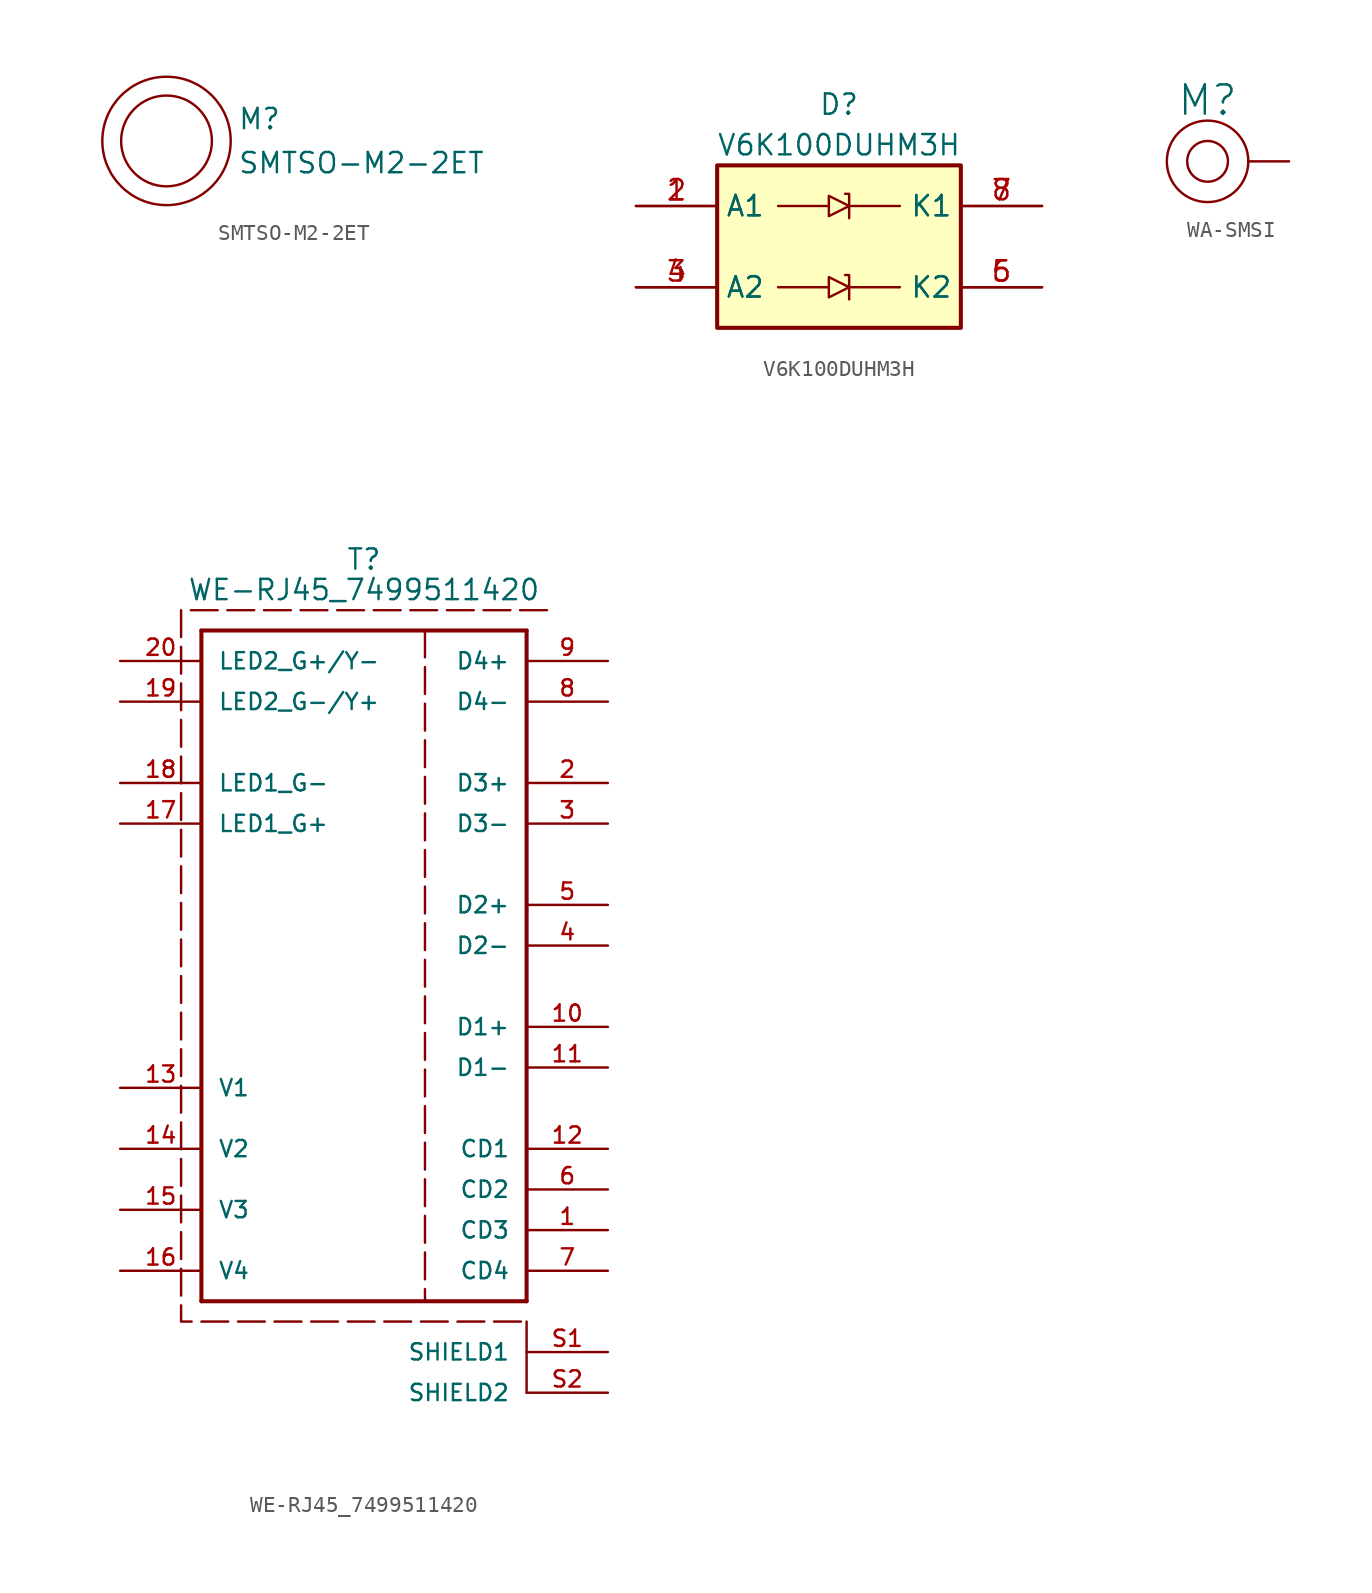
<source format=kicad_sym>
(kicad_symbol_lib
  (version 20241209)
  (generator "kicad_symbol_editor")
  (generator_version "9.0")
  (symbol "SMTSO-M2-2ET"
    (pin_numbers
      (hide yes))
    (pin_names
      (offset 0)
      (hide yes))
    (property "Reference" "M"
      (at 4.445 0.635 0)
      (effects (font (size 1.27 1.27)) (justify left bottom)))
    (property "Value" "SMTSO-M2-2ET"
      (at 4.445 -0.635 0)
      (effects (font (size 1.27 1.27)) (justify left top)))
    (symbol "SMTSO-M2-2ET_0_1"
      (circle (center 0 0) (radius 2.84) (stroke (width 0) (type default)) (fill (type none)))
      (circle (center 0 0) (radius 4.016) (stroke (width 0) (type default)) (fill (type none)))))
  (symbol "V6K100DUHM3H"
    (property "Reference" "D"
      (at 0 8.89 0)
      (effects (font (size 1.27 1.27))))
    (property "Value" "V6K100DUHM3H"
      (at 0 6.35 0)
      (effects (font (size 1.27 1.27))))
    (symbol "V6K100DUHM3H_0_1"
      (polyline (pts (xy -3.81 2.54) (xy -0.635 2.54)) (stroke (width 0) (type default)) (fill (type none)))
      (polyline (pts (xy -3.81 -2.54) (xy -0.635 -2.54)) (stroke (width 0) (type default)) (fill (type none)))
      (polyline (pts (xy 0.381 3.302) (xy 0.635 3.302) (xy 0.635 1.905) (xy 0.635 1.778)) (stroke (width 0) (type default)) (fill (type none)))
      (polyline (pts (xy 0.381 -1.778) (xy 0.635 -1.778) (xy 0.635 -3.175) (xy 0.635 -3.302)) (stroke (width 0) (type default)) (fill (type none)))
      (polyline (pts (xy 0.635 2.54) (xy 3.81 2.54)) (stroke (width 0) (type default)) (fill (type none)))
      (polyline (pts (xy 0.635 2.54) (xy -0.635 1.905) (xy -0.635 3.175) (xy 0.635 2.54)) (stroke (width 0) (type default)) (fill (type none)))
      (polyline (pts (xy 0.635 -2.54) (xy 3.81 -2.54)) (stroke (width 0) (type default)) (fill (type none)))
      (polyline (pts (xy 0.635 -2.54) (xy -0.635 -1.905) (xy -0.635 -3.175) (xy 0.635 -2.54)) (stroke (width 0) (type default)) (fill (type none))))
    (symbol "V6K100DUHM3H_1_1"
      (rectangle (start -7.62 5.08) (end 7.62 -5.08) (stroke (width 0.254) (type default)) (fill (type background)))
      (pin passive line (at -12.7 2.54 0) (length 5.08) (name "A1" (effects (font (size 1.27 1.27)))) (number "1" (effects (font (size 1.27 1.27)))))
      (pin passive line (at -12.7 2.54 0) (length 5.08) (name "A1" (effects (font (size 1.27 1.27)))) (number "2" (effects (font (size 1.27 1.27)))))
      (pin passive line (at -12.7 -2.54 0) (length 5.08) (name "A2" (effects (font (size 1.27 1.27)))) (number "3" (effects (font (size 1.27 1.27)))))
      (pin passive line (at -12.7 -2.54 0) (length 5.08) (name "A2" (effects (font (size 1.27 1.27)))) (number "4" (effects (font (size 1.27 1.27)))))
      (pin passive line (at 12.7 2.54 180) (length 5.08) (name "K1" (effects (font (size 1.27 1.27)))) (number "7" (effects (font (size 1.27 1.27)))))
      (pin passive line (at 12.7 2.54 180) (length 5.08) (name "K1" (effects (font (size 1.27 1.27)))) (number "8" (effects (font (size 1.27 1.27)))))
      (pin passive line (at 12.7 -2.54 180) (length 5.08) (name "K2" (effects (font (size 1.27 1.27)))) (number "5" (effects (font (size 1.27 1.27)))))
      (pin passive line (at 12.7 -2.54 180) (length 5.08) (name "K2" (effects (font (size 1.27 1.27)))) (number "6" (effects (font (size 1.27 1.27)))))))
  (symbol "WA-SMSI"
    (pin_numbers
      (hide yes))
    (pin_names
      (hide yes))
    (property "Reference" "M"
      (at 0 3.81 0)
      (effects (font (size 1.829 1.829))))
    (symbol "WA-SMSI_1_0"
      (circle (center 0 0) (radius 1.27) (stroke (width 0) (type solid)) (fill (type none)))
      (circle (center 0 0) (radius 2.54) (stroke (width 0) (type solid)) (fill (type none)))
      (pin passive line (at 5.08 0 180) (length 2.54) (name "1" (effects (font (size 1.27 1.27)))) (number "1" (effects (font (size 1.27 1.27)))))))
  (symbol "WE-RJ45_7499511420"
    (pin_names
      (offset 1.016))
    (property "Reference" "T"
      (at 0 25.4 0)
      (effects (font (size 1.27 1.27))))
    (property "Value" "WE-RJ45_7499511420"
      (at 0 23.495 0)
      (effects (font (size 1.27 1.27))))
    (symbol "WE-RJ45_7499511420_0_0"
      (polyline (pts (xy -10.16 20.955) (xy 10.16 20.955)) (stroke (width 0.254) (type default)) (fill (type none)))
      (polyline (pts (xy 10.16 20.955) (xy 10.16 -20.955)) (stroke (width 0.254) (type default)) (fill (type none)))
      (polyline (pts (xy 10.16 -20.955) (xy -10.16 -20.955)) (stroke (width 0.254) (type default)) (fill (type none)))
      (pin passive line (at -15.24 -7.62 0) (length 5.08) (name "V1" (effects (font (size 1.016 1.016)))) (number "13" (effects (font (size 1.016 1.016)))))
      (pin passive line (at -15.24 -11.43 0) (length 5.08) (name "V2" (effects (font (size 1.016 1.016)))) (number "14" (effects (font (size 1.016 1.016)))))
      (pin passive line (at -15.24 -15.24 0) (length 5.08) (name "V3" (effects (font (size 1.016 1.016)))) (number "15" (effects (font (size 1.016 1.016)))))
      (pin passive line (at -15.24 -19.05 0) (length 5.08) (name "V4" (effects (font (size 1.016 1.016)))) (number "16" (effects (font (size 1.016 1.016)))))
      (pin passive line (at 15.24 19.05 180) (length 5.08) (name "D4+" (effects (font (size 1.016 1.016)))) (number "9" (effects (font (size 1.016 1.016)))))
      (pin passive line (at 15.24 16.51 180) (length 5.08) (name "D4-" (effects (font (size 1.016 1.016)))) (number "8" (effects (font (size 1.016 1.016)))))
      (pin passive line (at 15.24 11.43 180) (length 5.08) (name "D3+" (effects (font (size 1.016 1.016)))) (number "2" (effects (font (size 1.016 1.016)))))
      (pin passive line (at 15.24 8.89 180) (length 5.08) (name "D3-" (effects (font (size 1.016 1.016)))) (number "3" (effects (font (size 1.016 1.016)))))
      (pin passive line (at 15.24 3.81 180) (length 5.08) (name "D2+" (effects (font (size 1.016 1.016)))) (number "5" (effects (font (size 1.016 1.016)))))
      (pin passive line (at 15.24 1.27 180) (length 5.08) (name "D2-" (effects (font (size 1.016 1.016)))) (number "4" (effects (font (size 1.016 1.016)))))
      (pin passive line (at 15.24 -3.81 180) (length 5.08) (name "D1+" (effects (font (size 1.016 1.016)))) (number "10" (effects (font (size 1.016 1.016)))))
      (pin passive line (at 15.24 -6.35 180) (length 5.08) (name "D1-" (effects (font (size 1.016 1.016)))) (number "11" (effects (font (size 1.016 1.016)))))
      (pin passive line (at 15.24 -11.43 180) (length 5.08) (name "CD1" (effects (font (size 1.016 1.016)))) (number "12" (effects (font (size 1.016 1.016)))))
      (pin passive line (at 15.24 -13.97 180) (length 5.08) (name "CD2" (effects (font (size 1.016 1.016)))) (number "6" (effects (font (size 1.016 1.016)))))
      (pin passive line (at 15.24 -16.51 180) (length 5.08) (name "CD3" (effects (font (size 1.016 1.016)))) (number "1" (effects (font (size 1.016 1.016)))))
      (pin passive line (at 15.24 -19.05 180) (length 5.08) (name "CD4" (effects (font (size 1.016 1.016)))) (number "7" (effects (font (size 1.016 1.016)))))
      (pin passive line (at 15.24 -24.13 180) (length 5.08) (name "SHIELD1" (effects (font (size 1.016 1.016)))) (number "S1" (effects (font (size 1.016 1.016)))))
      (pin passive line (at 15.24 -26.67 180) (length 5.08) (name "SHIELD2" (effects (font (size 1.016 1.016)))) (number "S2" (effects (font (size 1.016 1.016))))))
    (symbol "WE-RJ45_7499511420_1_0"
      (pin passive line (at -15.24 19.05 0) (length 5.08) (name "LED2_G+/Y-" (effects (font (size 1.016 1.016)))) (number "20" (effects (font (size 1.016 1.016)))))
      (pin passive line (at -15.24 16.51 0) (length 5.08) (name "LED2_G-/Y+" (effects (font (size 1.016 1.016)))) (number "19" (effects (font (size 1.016 1.016)))))
      (pin passive line (at -15.24 11.43 0) (length 5.08) (name "LED1_G-" (effects (font (size 1.016 1.016)))) (number "18" (effects (font (size 1.016 1.016)))))
      (pin passive line (at -15.24 8.89 0) (length 5.08) (name "LED1_G+" (effects (font (size 1.016 1.016)))) (number "17" (effects (font (size 1.016 1.016))))))
    (symbol "WE-RJ45_7499511420_1_1"
      (polyline (pts (xy -10.16 20.955) (xy -10.16 -20.955)) (stroke (width 0.254) (type solid)) (fill (type none)))
      (polyline (pts (xy 3.81 20.955) (xy 3.81 -20.955)) (stroke (width 0) (type dash)) (fill (type none)))
      (polyline (pts (xy 10.16 -22.225) (xy 10.16 -26.67)) (stroke (width 0) (type default)) (fill (type none)))
      (polyline (pts (xy 11.43 22.225) (xy -11.43 22.225) (xy -11.43 -22.225) (xy 10.16 -22.225) (xy 10.16 -22.225)) (stroke (width 0) (type dash)) (fill (type none))))))
</source>
